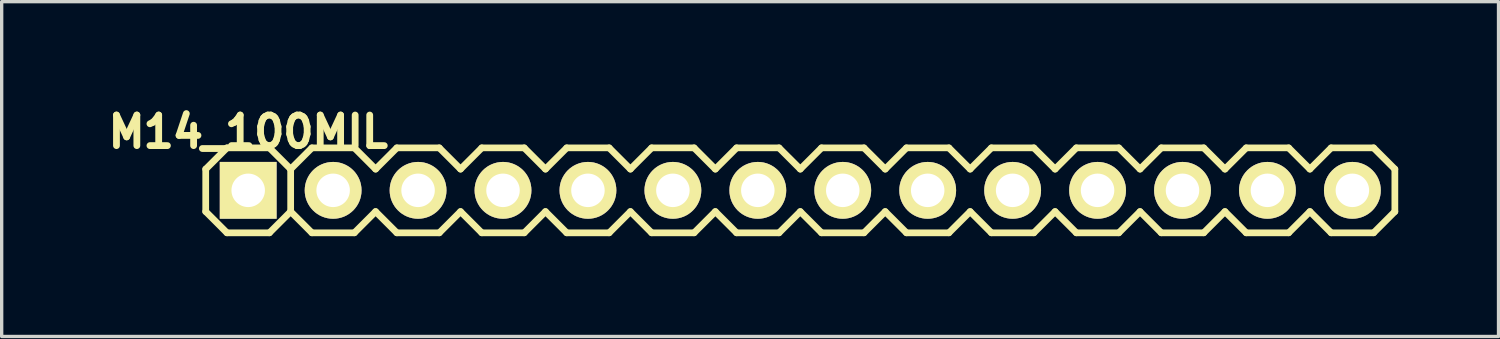
<source format=kicad_pcb>
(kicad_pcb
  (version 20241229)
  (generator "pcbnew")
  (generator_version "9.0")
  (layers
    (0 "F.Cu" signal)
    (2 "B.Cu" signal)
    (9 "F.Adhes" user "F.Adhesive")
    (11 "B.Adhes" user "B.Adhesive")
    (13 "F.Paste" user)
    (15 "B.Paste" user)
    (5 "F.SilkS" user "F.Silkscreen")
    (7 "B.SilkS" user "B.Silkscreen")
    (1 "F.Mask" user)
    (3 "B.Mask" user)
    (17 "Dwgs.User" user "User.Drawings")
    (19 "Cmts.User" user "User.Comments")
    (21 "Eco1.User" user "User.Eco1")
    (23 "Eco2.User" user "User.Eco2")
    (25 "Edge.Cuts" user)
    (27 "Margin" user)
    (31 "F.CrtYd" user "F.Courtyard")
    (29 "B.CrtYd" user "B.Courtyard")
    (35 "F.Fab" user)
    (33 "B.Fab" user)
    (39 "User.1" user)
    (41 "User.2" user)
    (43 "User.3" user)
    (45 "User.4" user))
  (footprint "M14_100MIL"
    (layer "F.Cu")
    (at 4.372 2.642)
    (property "Reference" "M14_100MIL" (at 0 -1.75 0) (layer "F.SilkS") (effects (font (size 0.914 0.914) (thickness 0.203))))
    (attr through_hole)
    (fp_line (start -1.27 -0.635) (end -0.635 -1.27) (stroke (width 0.201) (type solid)) (layer "F.SilkS"))
    (fp_line (start -1.27 0.635) (end -1.27 -0.635) (stroke (width 0.201) (type solid)) (layer "F.SilkS"))
    (fp_line (start -0.635 -1.27) (end 0.635 -1.27) (stroke (width 0.201) (type solid)) (layer "F.SilkS"))
    (fp_line (start -0.635 1.27) (end -1.27 0.635) (stroke (width 0.201) (type solid)) (layer "F.SilkS"))
    (fp_line (start 0.635 -1.27) (end 1.27 -0.635) (stroke (width 0.201) (type solid)) (layer "F.SilkS"))
    (fp_line (start 0.635 1.27) (end -0.635 1.27) (stroke (width 0.201) (type solid)) (layer "F.SilkS"))
    (fp_line (start 1.27 -0.635) (end 1.27 0.635) (stroke (width 0.201) (type solid)) (layer "F.SilkS"))
    (fp_line (start 1.27 -0.635) (end 1.905 -1.27) (stroke (width 0.201) (type solid)) (layer "F.SilkS"))
    (fp_line (start 1.27 0.635) (end 0.635 1.27) (stroke (width 0.201) (type solid)) (layer "F.SilkS"))
    (fp_line (start 1.905 -1.27) (end 3.175 -1.27) (stroke (width 0.201) (type solid)) (layer "F.SilkS"))
    (fp_line (start 1.905 1.27) (end 1.27 0.635) (stroke (width 0.201) (type solid)) (layer "F.SilkS"))
    (fp_line (start 3.175 -1.27) (end 3.81 -0.635) (stroke (width 0.201) (type solid)) (layer "F.SilkS"))
    (fp_line (start 3.175 1.27) (end 1.905 1.27) (stroke (width 0.201) (type solid)) (layer "F.SilkS"))
    (fp_line (start 3.81 -0.635) (end 4.445 -1.27) (stroke (width 0.201) (type solid)) (layer "F.SilkS"))
    (fp_line (start 3.81 0.635) (end 3.175 1.27) (stroke (width 0.201) (type solid)) (layer "F.SilkS"))
    (fp_line (start 4.445 -1.27) (end 5.715 -1.27) (stroke (width 0.201) (type solid)) (layer "F.SilkS"))
    (fp_line (start 4.445 1.27) (end 3.81 0.635) (stroke (width 0.201) (type solid)) (layer "F.SilkS"))
    (fp_line (start 5.715 -1.27) (end 6.35 -0.635) (stroke (width 0.201) (type solid)) (layer "F.SilkS"))
    (fp_line (start 5.715 1.27) (end 4.445 1.27) (stroke (width 0.201) (type solid)) (layer "F.SilkS"))
    (fp_line (start 6.35 -0.635) (end 6.985 -1.27) (stroke (width 0.201) (type solid)) (layer "F.SilkS"))
    (fp_line (start 6.35 0.635) (end 5.715 1.27) (stroke (width 0.201) (type solid)) (layer "F.SilkS"))
    (fp_line (start 6.985 -1.27) (end 8.255 -1.27) (stroke (width 0.201) (type solid)) (layer "F.SilkS"))
    (fp_line (start 6.985 1.27) (end 6.35 0.635) (stroke (width 0.201) (type solid)) (layer "F.SilkS"))
    (fp_line (start 8.255 -1.27) (end 8.89 -0.635) (stroke (width 0.201) (type solid)) (layer "F.SilkS"))
    (fp_line (start 8.255 1.27) (end 6.985 1.27) (stroke (width 0.201) (type solid)) (layer "F.SilkS"))
    (fp_line (start 8.89 -0.635) (end 9.525 -1.27) (stroke (width 0.201) (type solid)) (layer "F.SilkS"))
    (fp_line (start 8.89 0.635) (end 8.255 1.27) (stroke (width 0.201) (type solid)) (layer "F.SilkS"))
    (fp_line (start 9.525 -1.27) (end 10.795 -1.27) (stroke (width 0.201) (type solid)) (layer "F.SilkS"))
    (fp_line (start 9.525 1.27) (end 8.89 0.635) (stroke (width 0.201) (type solid)) (layer "F.SilkS"))
    (fp_line (start 10.795 -1.27) (end 11.43 -0.635) (stroke (width 0.201) (type solid)) (layer "F.SilkS"))
    (fp_line (start 10.795 1.27) (end 9.525 1.27) (stroke (width 0.201) (type solid)) (layer "F.SilkS"))
    (fp_line (start 11.43 -0.635) (end 12.065 -1.27) (stroke (width 0.201) (type solid)) (layer "F.SilkS"))
    (fp_line (start 11.43 0.635) (end 10.795 1.27) (stroke (width 0.201) (type solid)) (layer "F.SilkS"))
    (fp_line (start 12.065 -1.27) (end 13.335 -1.27) (stroke (width 0.201) (type solid)) (layer "F.SilkS"))
    (fp_line (start 12.065 1.27) (end 11.43 0.635) (stroke (width 0.201) (type solid)) (layer "F.SilkS"))
    (fp_line (start 13.335 -1.27) (end 13.97 -0.635) (stroke (width 0.201) (type solid)) (layer "F.SilkS"))
    (fp_line (start 13.335 1.27) (end 12.065 1.27) (stroke (width 0.201) (type solid)) (layer "F.SilkS"))
    (fp_line (start 13.97 -0.635) (end 14.605 -1.27) (stroke (width 0.201) (type solid)) (layer "F.SilkS"))
    (fp_line (start 13.97 0.635) (end 13.335 1.27) (stroke (width 0.201) (type solid)) (layer "F.SilkS"))
    (fp_line (start 14.605 -1.27) (end 15.875 -1.27) (stroke (width 0.201) (type solid)) (layer "F.SilkS"))
    (fp_line (start 14.605 1.27) (end 13.97 0.635) (stroke (width 0.201) (type solid)) (layer "F.SilkS"))
    (fp_line (start 15.875 -1.27) (end 16.51 -0.635) (stroke (width 0.201) (type solid)) (layer "F.SilkS"))
    (fp_line (start 15.875 1.27) (end 14.605 1.27) (stroke (width 0.201) (type solid)) (layer "F.SilkS"))
    (fp_line (start 16.51 -0.635) (end 17.145 -1.27) (stroke (width 0.201) (type solid)) (layer "F.SilkS"))
    (fp_line (start 16.51 0.635) (end 15.875 1.27) (stroke (width 0.201) (type solid)) (layer "F.SilkS"))
    (fp_line (start 17.145 -1.27) (end 18.415 -1.27) (stroke (width 0.201) (type solid)) (layer "F.SilkS"))
    (fp_line (start 17.145 1.27) (end 16.51 0.635) (stroke (width 0.201) (type solid)) (layer "F.SilkS"))
    (fp_line (start 18.415 -1.27) (end 19.05 -0.635) (stroke (width 0.201) (type solid)) (layer "F.SilkS"))
    (fp_line (start 18.415 1.27) (end 17.145 1.27) (stroke (width 0.201) (type solid)) (layer "F.SilkS"))
    (fp_line (start 19.05 -0.635) (end 19.685 -1.27) (stroke (width 0.201) (type solid)) (layer "F.SilkS"))
    (fp_line (start 19.05 0.635) (end 18.415 1.27) (stroke (width 0.201) (type solid)) (layer "F.SilkS"))
    (fp_line (start 19.685 -1.27) (end 20.955 -1.27) (stroke (width 0.201) (type solid)) (layer "F.SilkS"))
    (fp_line (start 19.685 1.27) (end 19.05 0.635) (stroke (width 0.201) (type solid)) (layer "F.SilkS"))
    (fp_line (start 20.955 -1.27) (end 21.59 -0.635) (stroke (width 0.201) (type solid)) (layer "F.SilkS"))
    (fp_line (start 20.955 1.27) (end 19.685 1.27) (stroke (width 0.201) (type solid)) (layer "F.SilkS"))
    (fp_line (start 21.59 -0.635) (end 22.225 -1.27) (stroke (width 0.201) (type solid)) (layer "F.SilkS"))
    (fp_line (start 21.59 0.635) (end 20.955 1.27) (stroke (width 0.201) (type solid)) (layer "F.SilkS"))
    (fp_line (start 22.225 -1.27) (end 23.495 -1.27) (stroke (width 0.201) (type solid)) (layer "F.SilkS"))
    (fp_line (start 22.225 1.27) (end 21.59 0.635) (stroke (width 0.201) (type solid)) (layer "F.SilkS"))
    (fp_line (start 23.495 -1.27) (end 24.13 -0.635) (stroke (width 0.201) (type solid)) (layer "F.SilkS"))
    (fp_line (start 23.495 1.27) (end 22.225 1.27) (stroke (width 0.201) (type solid)) (layer "F.SilkS"))
    (fp_line (start 24.13 -0.635) (end 24.765 -1.27) (stroke (width 0.201) (type solid)) (layer "F.SilkS"))
    (fp_line (start 24.13 0.635) (end 23.495 1.27) (stroke (width 0.201) (type solid)) (layer "F.SilkS"))
    (fp_line (start 24.765 -1.27) (end 26.035 -1.27) (stroke (width 0.201) (type solid)) (layer "F.SilkS"))
    (fp_line (start 24.765 1.27) (end 24.13 0.635) (stroke (width 0.201) (type solid)) (layer "F.SilkS"))
    (fp_line (start 26.035 -1.27) (end 26.67 -0.635) (stroke (width 0.201) (type solid)) (layer "F.SilkS"))
    (fp_line (start 26.035 1.27) (end 24.765 1.27) (stroke (width 0.201) (type solid)) (layer "F.SilkS"))
    (fp_line (start 26.67 -0.635) (end 27.305 -1.27) (stroke (width 0.201) (type solid)) (layer "F.SilkS"))
    (fp_line (start 26.67 0.635) (end 26.035 1.27) (stroke (width 0.201) (type solid)) (layer "F.SilkS"))
    (fp_line (start 27.305 -1.27) (end 28.575 -1.27) (stroke (width 0.201) (type solid)) (layer "F.SilkS"))
    (fp_line (start 27.305 1.27) (end 26.67 0.635) (stroke (width 0.201) (type solid)) (layer "F.SilkS"))
    (fp_line (start 28.575 -1.27) (end 29.21 -0.635) (stroke (width 0.201) (type solid)) (layer "F.SilkS"))
    (fp_line (start 28.575 1.27) (end 27.305 1.27) (stroke (width 0.201) (type solid)) (layer "F.SilkS"))
    (fp_line (start 29.21 -0.635) (end 29.845 -1.27) (stroke (width 0.201) (type solid)) (layer "F.SilkS"))
    (fp_line (start 29.21 0.635) (end 28.575 1.27) (stroke (width 0.201) (type solid)) (layer "F.SilkS"))
    (fp_line (start 29.845 -1.27) (end 31.115 -1.27) (stroke (width 0.201) (type solid)) (layer "F.SilkS"))
    (fp_line (start 29.845 1.27) (end 29.21 0.635) (stroke (width 0.201) (type solid)) (layer "F.SilkS"))
    (fp_line (start 31.115 -1.27) (end 31.75 -0.635) (stroke (width 0.201) (type solid)) (layer "F.SilkS"))
    (fp_line (start 31.115 1.27) (end 29.845 1.27) (stroke (width 0.201) (type solid)) (layer "F.SilkS"))
    (fp_line (start 31.75 -0.635) (end 32.385 -1.27) (stroke (width 0.201) (type solid)) (layer "F.SilkS"))
    (fp_line (start 31.75 0.635) (end 31.115 1.27) (stroke (width 0.201) (type solid)) (layer "F.SilkS"))
    (fp_line (start 32.385 -1.27) (end 33.655 -1.27) (stroke (width 0.201) (type solid)) (layer "F.SilkS"))
    (fp_line (start 32.385 1.27) (end 31.75 0.635) (stroke (width 0.201) (type solid)) (layer "F.SilkS"))
    (fp_line (start 33.655 -1.27) (end 34.29 -0.635) (stroke (width 0.201) (type solid)) (layer "F.SilkS"))
    (fp_line (start 33.655 1.27) (end 32.385 1.27) (stroke (width 0.201) (type solid)) (layer "F.SilkS"))
    (fp_line (start 34.29 -0.635) (end 34.29 0.635) (stroke (width 0.201) (type solid)) (layer "F.SilkS"))
    (fp_line (start 34.29 0.635) (end 33.655 1.27) (stroke (width 0.201) (type solid)) (layer "F.SilkS"))
    (pad "1" thru_hole rect (at 0 0) (size 1.699 1.699) (drill 1.001) (layers "*.Cu" "*.Mask" "F.SilkS"))
    (pad "2" thru_hole circle (at 2.54 0) (size 1.699 1.699) (drill 1.001) (layers "*.Cu" "*.Mask" "F.SilkS"))
    (pad "3" thru_hole circle (at 5.08 0) (size 1.699 1.699) (drill 1.001) (layers "*.Cu" "*.Mask" "F.SilkS"))
    (pad "4" thru_hole circle (at 7.62 0) (size 1.699 1.699) (drill 1.001) (layers "*.Cu" "*.Mask" "F.SilkS"))
    (pad "5" thru_hole circle (at 10.16 0) (size 1.699 1.699) (drill 1.001) (layers "*.Cu" "*.Mask" "F.SilkS"))
    (pad "6" thru_hole circle (at 12.7 0) (size 1.699 1.699) (drill 1.001) (layers "*.Cu" "*.Mask" "F.SilkS"))
    (pad "7" thru_hole circle (at 15.24 0) (size 1.699 1.699) (drill 1.001) (layers "*.Cu" "*.Mask" "F.SilkS"))
    (pad "8" thru_hole circle (at 17.78 0) (size 1.699 1.699) (drill 1.001) (layers "*.Cu" "*.Mask" "F.SilkS"))
    (pad "9" thru_hole circle (at 20.32 0) (size 1.699 1.699) (drill 1.001) (layers "*.Cu" "*.Mask" "F.SilkS"))
    (pad "10" thru_hole circle (at 22.86 0) (size 1.699 1.699) (drill 1.001) (layers "*.Cu" "*.Mask" "F.SilkS"))
    (pad "11" thru_hole circle (at 25.4 0) (size 1.699 1.699) (drill 1.001) (layers "*.Cu" "*.Mask" "F.SilkS"))
    (pad "12" thru_hole circle (at 27.94 0) (size 1.699 1.699) (drill 1.001) (layers "*.Cu" "*.Mask" "F.SilkS"))
    (pad "13" thru_hole circle (at 30.48 0) (size 1.699 1.699) (drill 1.001) (layers "*.Cu" "*.Mask" "F.SilkS"))
    (pad "14" thru_hole circle (at 33.02 0) (size 1.699 1.699) (drill 1.001) (layers "*.Cu" "*.Mask" "F.SilkS")))
  (gr_rect
    (start -3 -3)
    (end 41.762 7.012)
    (stroke (width 0.1) (type default))
    (fill no)
    (layer "Edge.Cuts")))
</source>
